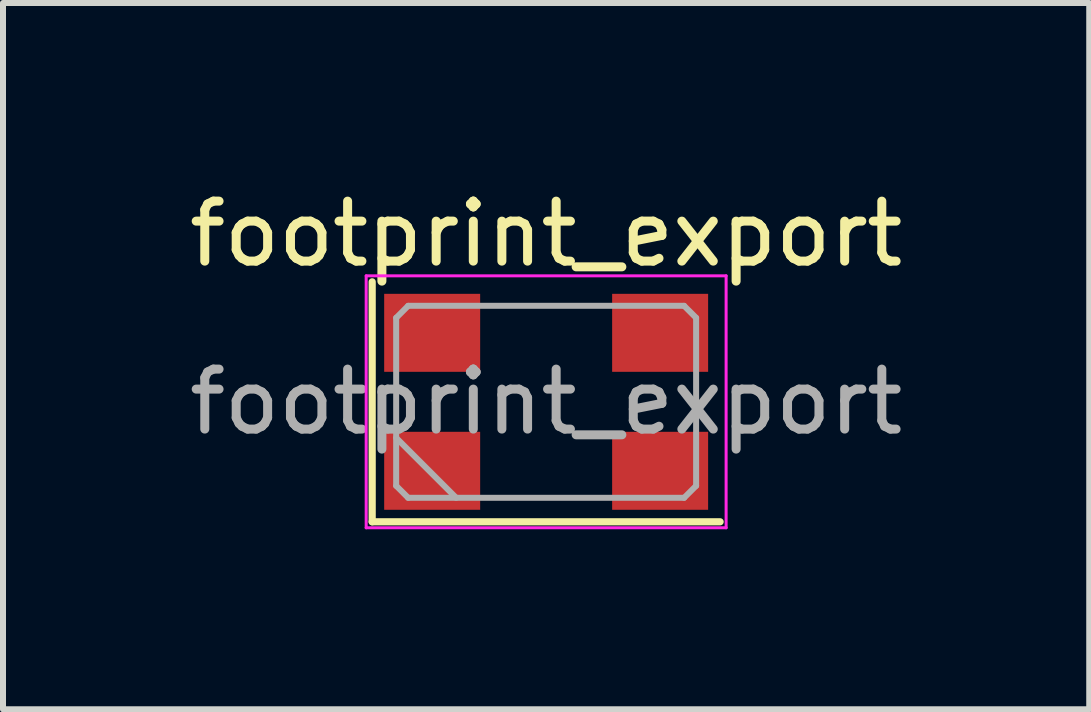
<source format=kicad_pcb>
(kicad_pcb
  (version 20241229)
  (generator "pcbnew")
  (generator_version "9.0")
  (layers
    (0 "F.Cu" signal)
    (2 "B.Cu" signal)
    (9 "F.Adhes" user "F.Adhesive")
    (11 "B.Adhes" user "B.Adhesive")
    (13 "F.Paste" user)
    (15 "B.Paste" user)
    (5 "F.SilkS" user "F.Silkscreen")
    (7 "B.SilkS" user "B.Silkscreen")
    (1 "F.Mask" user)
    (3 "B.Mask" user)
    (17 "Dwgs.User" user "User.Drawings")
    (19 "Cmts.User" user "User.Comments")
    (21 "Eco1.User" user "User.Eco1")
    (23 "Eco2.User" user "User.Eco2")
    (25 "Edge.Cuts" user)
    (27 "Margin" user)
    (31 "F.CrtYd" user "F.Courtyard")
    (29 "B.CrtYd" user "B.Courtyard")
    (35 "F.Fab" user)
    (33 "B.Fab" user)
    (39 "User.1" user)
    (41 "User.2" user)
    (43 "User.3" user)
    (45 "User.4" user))
  (footprint "footprint_export"
    (layer "F.Cu")
    (at 6.054 3.648)
    (property "Reference" "footprint_export" (at 0 -2.8 0) (layer "F.SilkS") (effects (font (size 1 1) (thickness 0.15))))
    (attr smd)
    (fp_line (start -2.9 -2) (end -2.9 2) (stroke (width 0.12) (type solid)) (layer "F.SilkS"))
    (fp_line (start -2.9 2) (end 2.9 2) (stroke (width 0.12) (type solid)) (layer "F.SilkS"))
    (fp_line (start -3 -2.1) (end -3 2.1) (stroke (width 0.05) (type solid)) (layer "F.CrtYd"))
    (fp_line (start -3 2.1) (end 3 2.1) (stroke (width 0.05) (type solid)) (layer "F.CrtYd"))
    (fp_line (start 3 -2.1) (end -3 -2.1) (stroke (width 0.05) (type solid)) (layer "F.CrtYd"))
    (fp_line (start 3 2.1) (end 3 -2.1) (stroke (width 0.05) (type solid)) (layer "F.CrtYd"))
    (fp_line (start -2.5 -1.4) (end -2.3 -1.6) (stroke (width 0.1) (type solid)) (layer "F.Fab"))
    (fp_line (start -2.5 0.6) (end -1.5 1.6) (stroke (width 0.1) (type solid)) (layer "F.Fab"))
    (fp_line (start -2.5 1.4) (end -2.5 -1.4) (stroke (width 0.1) (type solid)) (layer "F.Fab"))
    (fp_line (start -2.3 -1.6) (end 2.3 -1.6) (stroke (width 0.1) (type solid)) (layer "F.Fab"))
    (fp_line (start -2.3 1.6) (end -2.5 1.4) (stroke (width 0.1) (type solid)) (layer "F.Fab"))
    (fp_line (start 2.3 -1.6) (end 2.5 -1.4) (stroke (width 0.1) (type solid)) (layer "F.Fab"))
    (fp_line (start 2.3 1.6) (end -2.3 1.6) (stroke (width 0.1) (type solid)) (layer "F.Fab"))
    (fp_line (start 2.5 -1.4) (end 2.5 1.4) (stroke (width 0.1) (type solid)) (layer "F.Fab"))
    (fp_line (start 2.5 1.4) (end 2.3 1.6) (stroke (width 0.1) (type solid)) (layer "F.Fab"))
    (fp_text user "${REFERENCE}" (at 0 0 0) (layer "F.Fab") (effects (font (size 1 1) (thickness 0.15))))
    (pad "1" smd rect (at -1.9 1.15) (size 1.6 1.3) (layers "F.Cu" "F.Mask" "F.Paste"))
    (pad "2" smd rect (at 1.9 1.15) (size 1.6 1.3) (layers "F.Cu" "F.Mask" "F.Paste"))
    (pad "3" smd rect (at 1.9 -1.15) (size 1.6 1.3) (layers "F.Cu" "F.Mask" "F.Paste"))
    (pad "4" smd rect (at -1.9 -1.15) (size 1.6 1.3) (layers "F.Cu" "F.Mask" "F.Paste")))
  (gr_rect
    (start -3 -3)
    (end 15.107 8.773)
    (stroke (width 0.1) (type default))
    (fill no)
    (layer "Edge.Cuts")))
</source>
